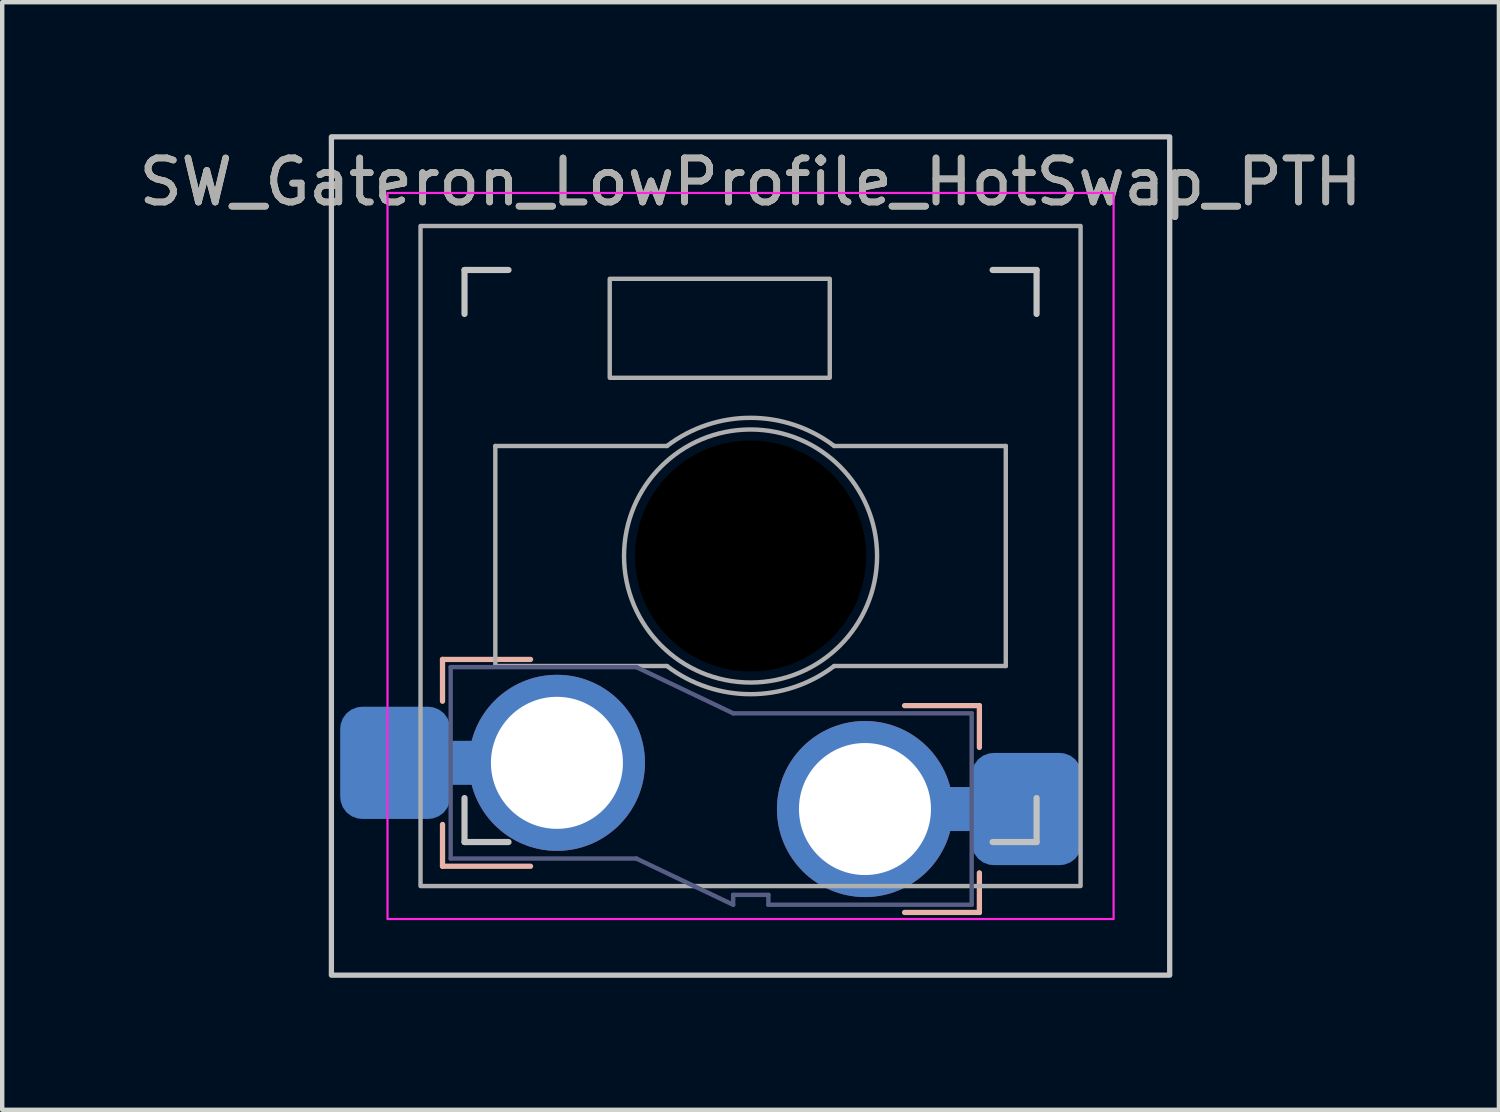
<source format=kicad_pcb>
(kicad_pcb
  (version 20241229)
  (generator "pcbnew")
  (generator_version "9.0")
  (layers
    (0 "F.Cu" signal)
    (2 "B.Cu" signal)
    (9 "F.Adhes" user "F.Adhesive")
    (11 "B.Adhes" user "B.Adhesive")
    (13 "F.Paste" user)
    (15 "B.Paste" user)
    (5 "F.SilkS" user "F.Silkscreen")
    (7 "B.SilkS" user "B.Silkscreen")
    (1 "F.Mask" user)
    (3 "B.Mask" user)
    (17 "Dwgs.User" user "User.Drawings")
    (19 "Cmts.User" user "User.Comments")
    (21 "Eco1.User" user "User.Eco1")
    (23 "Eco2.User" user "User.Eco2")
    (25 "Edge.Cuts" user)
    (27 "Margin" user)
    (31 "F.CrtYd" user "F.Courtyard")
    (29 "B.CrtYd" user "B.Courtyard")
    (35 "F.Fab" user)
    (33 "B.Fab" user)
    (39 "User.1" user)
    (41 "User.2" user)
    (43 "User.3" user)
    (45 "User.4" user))
  (footprint "SW_Gateron_LowProfile_HotSwap_PTH"
    (layer "F.Cu")
    (at 14.006 9.585)
    (property "Reference" "SW_Gateron_LowProfile_HotSwap_PTH" (at 0 -8.5 0) (unlocked yes) (layer "F.SilkS") (effects (font (size 1 1) (thickness 0.15))))
    (attr through_hole)
    (fp_line (start -7 2.35) (end -7 3.3) (stroke (width 0.12) (type solid)) (layer "B.SilkS"))
    (fp_line (start -7 2.35) (end -5 2.35) (stroke (width 0.12) (type solid)) (layer "B.SilkS"))
    (fp_line (start -7 7.05) (end -7 6.1) (stroke (width 0.12) (type solid)) (layer "B.SilkS"))
    (fp_line (start -7 7.05) (end -5 7.05) (stroke (width 0.12) (type solid)) (layer "B.SilkS"))
    (fp_line (start 5.2 3.4) (end 3.5 3.4) (stroke (width 0.12) (type solid)) (layer "B.SilkS"))
    (fp_line (start 5.2 3.4) (end 5.2 4.35) (stroke (width 0.12) (type solid)) (layer "B.SilkS"))
    (fp_line (start 5.2 8.1) (end 3.5 8.1) (stroke (width 0.12) (type solid)) (layer "B.SilkS"))
    (fp_line (start 5.2 8.1) (end 5.2 7.2) (stroke (width 0.12) (type solid)) (layer "B.SilkS"))
    (fp_line (start -6.5 -5.5) (end -6.5 -6.5) (stroke (width 0.14) (type solid)) (layer "Dwgs.User"))
    (fp_line (start -6.5 6.5) (end -6.5 5.5) (stroke (width 0.14) (type solid)) (layer "Dwgs.User"))
    (fp_line (start -6.5 6.5) (end -5.5 6.5) (stroke (width 0.14) (type solid)) (layer "Dwgs.User"))
    (fp_line (start -5.5 -6.5) (end -6.5 -6.5) (stroke (width 0.14) (type solid)) (layer "Dwgs.User"))
    (fp_line (start 5.5 6.5) (end 6.5 6.5) (stroke (width 0.14) (type solid)) (layer "Dwgs.User"))
    (fp_line (start 6.5 -6.5) (end 5.5 -6.5) (stroke (width 0.14) (type solid)) (layer "Dwgs.User"))
    (fp_line (start 6.5 -6.5) (end 6.5 -5.5) (stroke (width 0.14) (type solid)) (layer "Dwgs.User"))
    (fp_line (start 6.5 5.5) (end 6.5 6.5) (stroke (width 0.14) (type solid)) (layer "Dwgs.User"))
    (fp_rect (start -9.525 -9.525) (end 9.525 9.525) (stroke (width 0.12) (type default)) (fill no) (layer "Dwgs.User"))
    (fp_rect (start 8.25 -8.25) (end -8.25 8.25) (stroke (width 0.05) (type solid)) (fill no) (layer "F.CrtYd"))
    (fp_line (start -6.815 2.525) (end -6.815 6.875) (stroke (width 0.1) (type solid)) (layer "B.Fab"))
    (fp_line (start -6.815 2.525) (end -2.595 2.525) (stroke (width 0.1) (type solid)) (layer "B.Fab"))
    (fp_line (start -6.815 6.875) (end -2.595 6.875) (stroke (width 0.1) (type solid)) (layer "B.Fab"))
    (fp_line (start -2.595 2.525) (end -0.395 3.575) (stroke (width 0.1) (type solid)) (layer "B.Fab"))
    (fp_line (start -2.595 6.875) (end -0.395 7.925) (stroke (width 0.1) (type solid)) (layer "B.Fab"))
    (fp_line (start -0.395 7.7) (end -0.395 7.925) (stroke (width 0.1) (type solid)) (layer "B.Fab"))
    (fp_line (start 0.405 7.7) (end -0.395 7.7) (stroke (width 0.1) (type solid)) (layer "B.Fab"))
    (fp_line (start 0.405 7.925) (end 0.405 7.7) (stroke (width 0.1) (type solid)) (layer "B.Fab"))
    (fp_line (start 5.025 3.575) (end -0.395 3.575) (stroke (width 0.1) (type solid)) (layer "B.Fab"))
    (fp_line (start 5.025 3.575) (end 5.025 7.925) (stroke (width 0.1) (type solid)) (layer "B.Fab"))
    (fp_line (start 5.025 7.925) (end 0.405 7.925) (stroke (width 0.1) (type solid)) (layer "B.Fab"))
    (fp_line (start -5.8 -2.5) (end -1.9 -2.5) (stroke (width 0.1) (type default)) (layer "F.Fab"))
    (fp_line (start -5.8 2.5) (end -5.8 -2.5) (stroke (width 0.1) (type default)) (layer "F.Fab"))
    (fp_line (start -1.9 2.5) (end -5.8 2.5) (stroke (width 0.1) (type default)) (layer "F.Fab"))
    (fp_line (start 1.9 -2.5) (end 5.8 -2.5) (stroke (width 0.1) (type default)) (layer "F.Fab"))
    (fp_line (start 5.8 -2.5) (end 5.8 2.5) (stroke (width 0.1) (type default)) (layer "F.Fab"))
    (fp_line (start 5.8 2.5) (end 1.9 2.5) (stroke (width 0.1) (type default)) (layer "F.Fab"))
    (fp_rect (start -3.2 -6.3) (end 1.8 -4.05) (stroke (width 0.1) (type default)) (fill no) (layer "F.Fab"))
    (fp_rect (start 7.5 -7.5) (end -7.5 7.5) (stroke (width 0.1) (type solid)) (fill no) (layer "F.Fab"))
    (fp_arc (start -1.9 -2.499999) (mid 0 -3.140063) (end 1.9 -2.499999) (stroke (width 0.1) (type default)) (layer "F.Fab"))
    (fp_arc (start 1.9 2.499999) (mid 0 3.140063) (end -1.9 2.499999) (stroke (width 0.1) (type default)) (layer "F.Fab"))
    (fp_circle (center 0 0) (end 2.875 0) (stroke (width 0.1) (type default)) (fill no) (layer "F.Fab"))
    (fp_poly (pts (xy -2.05 -0.64) (xy -0.6 -0.64) (xy -0.6 -2) (xy 0.5 -2) (xy 0.5 -0.64) (xy 1.95 -0.64) (xy 1.95 0.64) (xy 0.5 0.64) (xy 0.5 2) (xy -0.6 2) (xy -0.6 0.64) (xy -2.05 0.64)) (stroke (width 0.1) (type solid)) (fill no) (layer "F.Fab"))
    (fp_text user "${REFERENCE}" (at 0 -8.5 0) (unlocked yes) (layer "F.Fab") (effects (font (size 1 1) (thickness 0.15))))
    (pad "" np_thru_hole circle (at 0 0) (size 5.25 5.25) (drill 5.25) (layers "*.Mask"))
    (pad "1" smd roundrect (at -8.075 4.7) (size 2.5 2.55) (layers "B.Cu" "B.Mask" "B.Paste") (roundrect_rratio 0.2))
    (pad "1" smd rect (at -6.35 4.7) (size 3.9 1) (layers "B.Cu"))
    (pad "1" thru_hole circle (at -4.4 4.7) (size 4 4) (drill 3) (layers "*.Cu" "B.Mask"))
    (pad "2" thru_hole circle (at 2.6 5.75) (size 4 4) (drill 3) (layers "*.Cu" "B.Mask"))
    (pad "2" smd rect (at 4.475 5.75) (size 3.75 1) (layers "B.Cu"))
    (pad "2" smd roundrect (at 6.275 5.75) (size 2.5 2.55) (layers "B.Cu" "B.Mask" "B.Paste") (roundrect_rratio 0.2)))
  (gr_rect
    (start -3 -3)
    (end 31.012 22.17)
    (stroke (width 0.1) (type default))
    (fill no)
    (layer "Edge.Cuts")))
</source>
